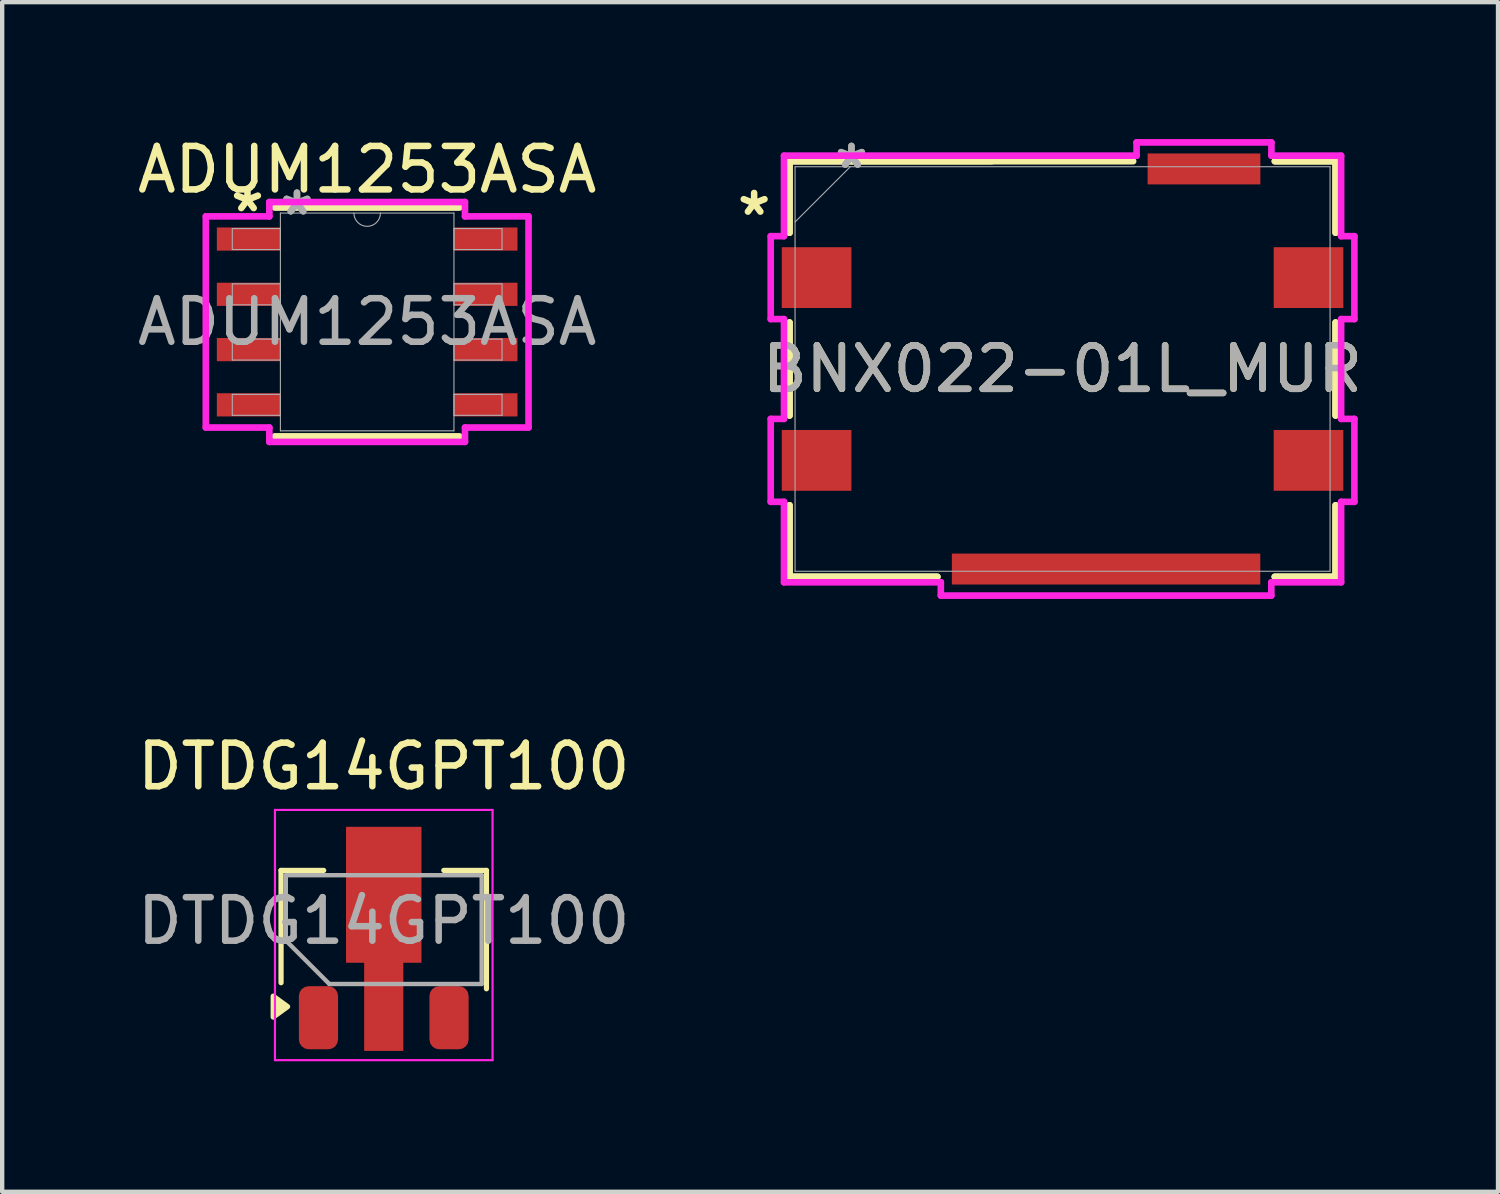
<source format=kicad_pcb>
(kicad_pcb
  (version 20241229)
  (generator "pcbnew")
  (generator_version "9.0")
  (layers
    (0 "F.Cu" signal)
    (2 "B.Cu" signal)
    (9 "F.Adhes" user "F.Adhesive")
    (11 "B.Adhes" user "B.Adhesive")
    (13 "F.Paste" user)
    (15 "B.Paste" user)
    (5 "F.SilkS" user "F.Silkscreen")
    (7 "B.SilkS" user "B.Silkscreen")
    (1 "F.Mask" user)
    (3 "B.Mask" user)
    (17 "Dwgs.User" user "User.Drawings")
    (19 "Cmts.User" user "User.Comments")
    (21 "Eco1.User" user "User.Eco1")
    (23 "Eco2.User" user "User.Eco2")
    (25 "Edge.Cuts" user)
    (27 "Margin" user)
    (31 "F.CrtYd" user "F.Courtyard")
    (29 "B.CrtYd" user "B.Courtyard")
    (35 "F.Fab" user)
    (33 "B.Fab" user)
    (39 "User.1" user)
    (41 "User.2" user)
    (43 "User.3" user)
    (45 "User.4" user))
  (footprint "BNX022-01L_MUR"
    (layer "F.Cu")
    (at 21.366 5.429)
    (property "Reference" "BNX022-01L_MUR" (at 0 0 0) (unlocked yes) (layer "F.SilkS") (effects (font (size 1 1) (thickness 0.15))))
    (attr smd)
    (fp_line (start -6.274 -4.775) (end -6.274 -3.131) (stroke (width 0.152) (type solid)) (layer "F.SilkS"))
    (fp_line (start -6.274 -4.775) (end -6.274 -3.131) (stroke (width 0.152) (type solid)) (layer "F.SilkS"))
    (fp_line (start -6.274 -1.069) (end -6.274 1.069) (stroke (width 0.152) (type solid)) (layer "F.SilkS"))
    (fp_line (start -6.274 -1.069) (end -6.274 1.069) (stroke (width 0.152) (type solid)) (layer "F.SilkS"))
    (fp_line (start -6.274 3.131) (end -6.274 4.775) (stroke (width 0.152) (type solid)) (layer "F.SilkS"))
    (fp_line (start -6.274 3.131) (end -6.274 4.775) (stroke (width 0.152) (type solid)) (layer "F.SilkS"))
    (fp_line (start -6.274 4.775) (end -2.876 4.775) (stroke (width 0.152) (type solid)) (layer "F.SilkS"))
    (fp_line (start -6.274 4.775) (end -2.876 4.775) (stroke (width 0.152) (type solid)) (layer "F.SilkS"))
    (fp_line (start -1.628 -4.775) (end -6.274 -4.775) (stroke (width 0.152) (type solid)) (layer "F.SilkS"))
    (fp_line (start 1.622 -4.775) (end -6.274 -4.775) (stroke (width 0.152) (type solid)) (layer "F.SilkS"))
    (fp_line (start 4.876 4.775) (end 6.274 4.775) (stroke (width 0.152) (type solid)) (layer "F.SilkS"))
    (fp_line (start 4.876 4.775) (end 6.274 4.775) (stroke (width 0.152) (type solid)) (layer "F.SilkS"))
    (fp_line (start 6.274 -4.775) (end 4.878 -4.775) (stroke (width 0.152) (type solid)) (layer "F.SilkS"))
    (fp_line (start 6.274 -4.775) (end 4.878 -4.775) (stroke (width 0.152) (type solid)) (layer "F.SilkS"))
    (fp_line (start 6.274 -3.131) (end 6.274 -4.775) (stroke (width 0.152) (type solid)) (layer "F.SilkS"))
    (fp_line (start 6.274 -3.131) (end 6.274 -4.775) (stroke (width 0.152) (type solid)) (layer "F.SilkS"))
    (fp_line (start 6.274 1.069) (end 6.274 -1.069) (stroke (width 0.152) (type solid)) (layer "F.SilkS"))
    (fp_line (start 6.274 1.069) (end 6.274 -1.069) (stroke (width 0.152) (type solid)) (layer "F.SilkS"))
    (fp_line (start 6.274 4.775) (end 6.274 3.131) (stroke (width 0.152) (type solid)) (layer "F.SilkS"))
    (fp_line (start 6.274 4.775) (end 6.274 3.131) (stroke (width 0.152) (type solid)) (layer "F.SilkS"))
    (fp_line (start -6.706 -3.052) (end -6.706 -1.147) (stroke (width 0.152) (type solid)) (layer "F.CrtYd"))
    (fp_line (start -6.706 -1.147) (end -6.401 -1.147) (stroke (width 0.152) (type solid)) (layer "F.CrtYd"))
    (fp_line (start -6.706 1.147) (end -6.706 3.052) (stroke (width 0.152) (type solid)) (layer "F.CrtYd"))
    (fp_line (start -6.706 3.052) (end -6.401 3.052) (stroke (width 0.152) (type solid)) (layer "F.CrtYd"))
    (fp_line (start -6.401 -4.902) (end -6.401 -3.052) (stroke (width 0.152) (type solid)) (layer "F.CrtYd"))
    (fp_line (start -6.401 -3.052) (end -6.706 -3.052) (stroke (width 0.152) (type solid)) (layer "F.CrtYd"))
    (fp_line (start -6.401 -1.147) (end -6.401 1.147) (stroke (width 0.152) (type solid)) (layer "F.CrtYd"))
    (fp_line (start -6.401 1.147) (end -6.706 1.147) (stroke (width 0.152) (type solid)) (layer "F.CrtYd"))
    (fp_line (start -6.401 3.052) (end -6.401 4.902) (stroke (width 0.152) (type solid)) (layer "F.CrtYd"))
    (fp_line (start -6.401 4.902) (end -2.797 4.902) (stroke (width 0.152) (type solid)) (layer "F.CrtYd"))
    (fp_line (start -2.797 4.902) (end -2.797 5.207) (stroke (width 0.152) (type solid)) (layer "F.CrtYd"))
    (fp_line (start -2.797 5.207) (end 4.797 5.207) (stroke (width 0.152) (type solid)) (layer "F.CrtYd"))
    (fp_line (start 1.701 -5.207) (end 1.701 -4.902) (stroke (width 0.152) (type solid)) (layer "F.CrtYd"))
    (fp_line (start 1.701 -4.902) (end -6.401 -4.902) (stroke (width 0.152) (type solid)) (layer "F.CrtYd"))
    (fp_line (start 4.797 4.902) (end 6.401 4.902) (stroke (width 0.152) (type solid)) (layer "F.CrtYd"))
    (fp_line (start 4.797 5.207) (end 4.797 4.902) (stroke (width 0.152) (type solid)) (layer "F.CrtYd"))
    (fp_line (start 4.799 -5.207) (end 1.701 -5.207) (stroke (width 0.152) (type solid)) (layer "F.CrtYd"))
    (fp_line (start 4.799 -4.902) (end 4.799 -5.207) (stroke (width 0.152) (type solid)) (layer "F.CrtYd"))
    (fp_line (start 6.401 -4.902) (end 4.799 -4.902) (stroke (width 0.152) (type solid)) (layer "F.CrtYd"))
    (fp_line (start 6.401 -3.052) (end 6.401 -4.902) (stroke (width 0.152) (type solid)) (layer "F.CrtYd"))
    (fp_line (start 6.401 -1.147) (end 6.706 -1.147) (stroke (width 0.152) (type solid)) (layer "F.CrtYd"))
    (fp_line (start 6.401 1.147) (end 6.401 -1.147) (stroke (width 0.152) (type solid)) (layer "F.CrtYd"))
    (fp_line (start 6.401 3.052) (end 6.706 3.052) (stroke (width 0.152) (type solid)) (layer "F.CrtYd"))
    (fp_line (start 6.401 4.902) (end 6.401 3.052) (stroke (width 0.152) (type solid)) (layer "F.CrtYd"))
    (fp_line (start 6.706 -3.052) (end 6.401 -3.052) (stroke (width 0.152) (type solid)) (layer "F.CrtYd"))
    (fp_line (start 6.706 -1.147) (end 6.706 -3.052) (stroke (width 0.152) (type solid)) (layer "F.CrtYd"))
    (fp_line (start 6.706 1.147) (end 6.401 1.147) (stroke (width 0.152) (type solid)) (layer "F.CrtYd"))
    (fp_line (start 6.706 3.052) (end 6.706 1.147) (stroke (width 0.152) (type solid)) (layer "F.CrtYd"))
    (fp_line (start -6.147 -4.648) (end -6.147 4.648) (stroke (width 0.025) (type solid)) (layer "F.Fab"))
    (fp_line (start -6.147 -3.378) (end -4.877 -4.648) (stroke (width 0.025) (type solid)) (layer "F.Fab"))
    (fp_line (start -6.147 4.648) (end 6.147 4.648) (stroke (width 0.025) (type solid)) (layer "F.Fab"))
    (fp_line (start 6.147 -4.648) (end -6.147 -4.648) (stroke (width 0.025) (type solid)) (layer "F.Fab"))
    (fp_line (start 6.147 4.648) (end 6.147 -4.648) (stroke (width 0.025) (type solid)) (layer "F.Fab"))
    (fp_text user "*" (at -7.087 -3.5 0) (layer "F.SilkS") (effects (font (size 1 1) (thickness 0.15))))
    (fp_text user "*" (at -4.851 -4.581 0) (layer "F.Fab") (effects (font (size 1 1) (thickness 0.15))))
    (fp_text user "*" (at -4.851 -4.581 0) (unlocked yes) (layer "F.Fab") (effects (font (size 1 1) (thickness 0.15))))
    (fp_text user "${REFERENCE}" (at 0 0 0) (unlocked yes) (layer "F.Fab") (effects (font (size 1 1) (thickness 0.15))))
    (pad "1" smd rect (at -5.652 -2.1 90) (size 1.397 1.6) (layers "F.Cu" "F.Mask" "F.Paste"))
    (pad "2" smd rect (at 5.652 -2.1 90) (size 1.397 1.6) (layers "F.Cu" "F.Mask" "F.Paste"))
    (pad "3" smd rect (at -5.652 2.1 90) (size 1.397 1.6) (layers "F.Cu" "F.Mask" "F.Paste"))
    (pad "4" smd rect (at 5.652 2.1 90) (size 1.397 1.6) (layers "F.Cu" "F.Mask" "F.Paste"))
    (pad "5" smd rect (at 3.25 -4.597) (size 2.591 0.711) (layers "F.Cu" "F.Mask" "F.Paste"))
    (pad "6" smd rect (at 1 4.597) (size 7.087 0.711) (layers "F.Cu" "F.Mask" "F.Paste")))
  (footprint "DTDG14GPT100"
    (layer "F.Cu")
    (at 5.768 18.311)
    (property "Reference" "DTDG14GPT100" (at 0 -3.75 0) (unlocked yes) (layer "F.SilkS") (effects (font (size 1 1) (thickness 0.15))))
    (attr smd)
    (fp_line (start -2.36 1.22) (end -2.36 -1.36) (stroke (width 0.12) (type solid)) (layer "F.SilkS"))
    (fp_line (start -1.38 -1.36) (end -2.36 -1.36) (stroke (width 0.12) (type solid)) (layer "F.SilkS"))
    (fp_line (start 1.38 -1.36) (end 2.36 -1.36) (stroke (width 0.12) (type solid)) (layer "F.SilkS"))
    (fp_line (start 2.36 -1.36) (end 2.36 1.36) (stroke (width 0.12) (type solid)) (layer "F.SilkS"))
    (fp_poly (pts (xy -2.21 1.77) (xy -2.54 2.01) (xy -2.54 1.53) (xy -2.21 1.77)) (stroke (width 0.12) (type solid)) (fill yes) (layer "F.SilkS"))
    (fp_line (start -2.5 -2.75) (end -2.5 3) (stroke (width 0.05) (type solid)) (layer "F.CrtYd"))
    (fp_line (start -2.5 -2.75) (end 2.5 -2.75) (stroke (width 0.05) (type solid)) (layer "F.CrtYd"))
    (fp_line (start 2.5 3) (end -2.5 3) (stroke (width 0.05) (type solid)) (layer "F.CrtYd"))
    (fp_line (start 2.5 3) (end 2.5 -2.75) (stroke (width 0.05) (type solid)) (layer "F.CrtYd"))
    (fp_line (start -2.25 -1.25) (end 2.25 -1.25) (stroke (width 0.1) (type solid)) (layer "F.Fab"))
    (fp_line (start -2.25 0.25) (end -2.25 -1.25) (stroke (width 0.1) (type solid)) (layer "F.Fab"))
    (fp_line (start -1.25 1.25) (end -2.25 0.25) (stroke (width 0.1) (type solid)) (layer "F.Fab"))
    (fp_line (start 2.25 -1.25) (end 2.25 1.25) (stroke (width 0.1) (type solid)) (layer "F.Fab"))
    (fp_line (start 2.25 1.25) (end -1.25 1.25) (stroke (width 0.1) (type solid)) (layer "F.Fab"))
    (fp_text user "${REFERENCE}" (at 0 -0.2 180) (layer "F.Fab") (effects (font (size 1 1) (thickness 0.15))))
    (pad "1" smd roundrect (at -1.5 2.025 90) (size 1.45 0.9) (layers "F.Cu" "F.Mask" "F.Paste") (roundrect_rratio 0.25))
    (pad "2" smd custom (at 0 1.5 90) (size 2.575 0.9) (layers "F.Cu" "F.Mask" "F.Paste") (options (anchor rect)) (primitives (gr_poly (pts (xy 3.862 0.867) (xy 0.738 0.867) (xy 0.738 -0.867) (xy 3.862 -0.867)) (width 0) (fill yes))))
    (pad "3" smd roundrect (at 1.5 2.025 90) (size 1.45 0.9) (layers "F.Cu" "F.Mask" "F.Paste") (roundrect_rratio 0.25)))
  (footprint "ADUM1253ASA"
    (layer "F.Cu")
    (at 5.387 4.348)
    (property "Reference" "ADUM1253ASA" (at 0 -3.5 0) (unlocked yes) (layer "F.SilkS") (effects (font (size 1 1) (thickness 0.15))))
    (attr smd)
    (fp_line (start -2.121 2.629) (end 2.121 2.629) (stroke (width 0.152) (type solid)) (layer "F.SilkS"))
    (fp_line (start 2.121 -2.629) (end -2.121 -2.629) (stroke (width 0.152) (type solid)) (layer "F.SilkS"))
    (fp_line (start -3.708 -2.426) (end -2.248 -2.426) (stroke (width 0.152) (type solid)) (layer "F.CrtYd"))
    (fp_line (start -3.708 2.426) (end -3.708 -2.426) (stroke (width 0.152) (type solid)) (layer "F.CrtYd"))
    (fp_line (start -3.708 2.426) (end -2.248 2.426) (stroke (width 0.152) (type solid)) (layer "F.CrtYd"))
    (fp_line (start -2.248 -2.756) (end 2.248 -2.756) (stroke (width 0.152) (type solid)) (layer "F.CrtYd"))
    (fp_line (start -2.248 -2.426) (end -2.248 -2.756) (stroke (width 0.152) (type solid)) (layer "F.CrtYd"))
    (fp_line (start -2.248 2.756) (end -2.248 2.426) (stroke (width 0.152) (type solid)) (layer "F.CrtYd"))
    (fp_line (start 2.248 -2.756) (end 2.248 -2.426) (stroke (width 0.152) (type solid)) (layer "F.CrtYd"))
    (fp_line (start 2.248 2.426) (end 2.248 2.756) (stroke (width 0.152) (type solid)) (layer "F.CrtYd"))
    (fp_line (start 2.248 2.756) (end -2.248 2.756) (stroke (width 0.152) (type solid)) (layer "F.CrtYd"))
    (fp_line (start 3.708 -2.426) (end 2.248 -2.426) (stroke (width 0.152) (type solid)) (layer "F.CrtYd"))
    (fp_line (start 3.708 -2.426) (end 3.708 2.426) (stroke (width 0.152) (type solid)) (layer "F.CrtYd"))
    (fp_line (start 3.708 2.426) (end 2.248 2.426) (stroke (width 0.152) (type solid)) (layer "F.CrtYd"))
    (fp_line (start -3.099 -2.146) (end -3.099 -1.664) (stroke (width 0.025) (type solid)) (layer "F.Fab"))
    (fp_line (start -3.099 -1.664) (end -1.994 -1.664) (stroke (width 0.025) (type solid)) (layer "F.Fab"))
    (fp_line (start -3.099 -0.876) (end -3.099 -0.394) (stroke (width 0.025) (type solid)) (layer "F.Fab"))
    (fp_line (start -3.099 -0.394) (end -1.994 -0.394) (stroke (width 0.025) (type solid)) (layer "F.Fab"))
    (fp_line (start -3.099 0.394) (end -3.099 0.876) (stroke (width 0.025) (type solid)) (layer "F.Fab"))
    (fp_line (start -3.099 0.876) (end -1.994 0.876) (stroke (width 0.025) (type solid)) (layer "F.Fab"))
    (fp_line (start -3.099 1.664) (end -3.099 2.146) (stroke (width 0.025) (type solid)) (layer "F.Fab"))
    (fp_line (start -3.099 2.146) (end -1.994 2.146) (stroke (width 0.025) (type solid)) (layer "F.Fab"))
    (fp_line (start -1.994 -2.502) (end -1.994 2.502) (stroke (width 0.025) (type solid)) (layer "F.Fab"))
    (fp_line (start -1.994 -2.146) (end -3.099 -2.146) (stroke (width 0.025) (type solid)) (layer "F.Fab"))
    (fp_line (start -1.994 -1.664) (end -1.994 -2.146) (stroke (width 0.025) (type solid)) (layer "F.Fab"))
    (fp_line (start -1.994 -0.876) (end -3.099 -0.876) (stroke (width 0.025) (type solid)) (layer "F.Fab"))
    (fp_line (start -1.994 -0.394) (end -1.994 -0.876) (stroke (width 0.025) (type solid)) (layer "F.Fab"))
    (fp_line (start -1.994 0.394) (end -3.099 0.394) (stroke (width 0.025) (type solid)) (layer "F.Fab"))
    (fp_line (start -1.994 0.876) (end -1.994 0.394) (stroke (width 0.025) (type solid)) (layer "F.Fab"))
    (fp_line (start -1.994 1.664) (end -3.099 1.664) (stroke (width 0.025) (type solid)) (layer "F.Fab"))
    (fp_line (start -1.994 2.146) (end -1.994 1.664) (stroke (width 0.025) (type solid)) (layer "F.Fab"))
    (fp_line (start -1.994 2.502) (end 1.994 2.502) (stroke (width 0.025) (type solid)) (layer "F.Fab"))
    (fp_line (start 1.994 -2.502) (end -1.994 -2.502) (stroke (width 0.025) (type solid)) (layer "F.Fab"))
    (fp_line (start 1.994 -2.146) (end 1.994 -1.664) (stroke (width 0.025) (type solid)) (layer "F.Fab"))
    (fp_line (start 1.994 -1.664) (end 3.099 -1.664) (stroke (width 0.025) (type solid)) (layer "F.Fab"))
    (fp_line (start 1.994 -0.876) (end 1.994 -0.394) (stroke (width 0.025) (type solid)) (layer "F.Fab"))
    (fp_line (start 1.994 -0.394) (end 3.099 -0.394) (stroke (width 0.025) (type solid)) (layer "F.Fab"))
    (fp_line (start 1.994 0.394) (end 1.994 0.876) (stroke (width 0.025) (type solid)) (layer "F.Fab"))
    (fp_line (start 1.994 0.876) (end 3.099 0.876) (stroke (width 0.025) (type solid)) (layer "F.Fab"))
    (fp_line (start 1.994 1.664) (end 1.994 2.146) (stroke (width 0.025) (type solid)) (layer "F.Fab"))
    (fp_line (start 1.994 2.146) (end 3.099 2.146) (stroke (width 0.025) (type solid)) (layer "F.Fab"))
    (fp_line (start 1.994 2.502) (end 1.994 -2.502) (stroke (width 0.025) (type solid)) (layer "F.Fab"))
    (fp_line (start 3.099 -2.146) (end 1.994 -2.146) (stroke (width 0.025) (type solid)) (layer "F.Fab"))
    (fp_line (start 3.099 -1.664) (end 3.099 -2.146) (stroke (width 0.025) (type solid)) (layer "F.Fab"))
    (fp_line (start 3.099 -0.876) (end 1.994 -0.876) (stroke (width 0.025) (type solid)) (layer "F.Fab"))
    (fp_line (start 3.099 -0.394) (end 3.099 -0.876) (stroke (width 0.025) (type solid)) (layer "F.Fab"))
    (fp_line (start 3.099 0.394) (end 1.994 0.394) (stroke (width 0.025) (type solid)) (layer "F.Fab"))
    (fp_line (start 3.099 0.876) (end 3.099 0.394) (stroke (width 0.025) (type solid)) (layer "F.Fab"))
    (fp_line (start 3.099 1.664) (end 1.994 1.664) (stroke (width 0.025) (type solid)) (layer "F.Fab"))
    (fp_line (start 3.099 2.146) (end 3.099 1.664) (stroke (width 0.025) (type solid)) (layer "F.Fab"))
    (fp_arc (start 0.3048 -2.5019) (mid 0 -2.1971) (end -0.3048 -2.5019) (stroke (width 0.0254) (type solid)) (layer "F.Fab"))
    (fp_text user "*" (at -2.75 -2.5 0) (layer "F.SilkS") (effects (font (size 1 1) (thickness 0.15))))
    (fp_text user "*" (at -1.613 -2.426 0) (unlocked yes) (layer "F.Fab") (effects (font (size 1 1) (thickness 0.15))))
    (fp_text user "*" (at -1.613 -2.426 0) (layer "F.Fab") (effects (font (size 1 1) (thickness 0.15))))
    (fp_text user "${REFERENCE}" (at 0 0 0) (unlocked yes) (layer "F.Fab") (effects (font (size 1 1) (thickness 0.15))))
    (pad "1" smd rect (at -2.724 -1.905) (size 1.46 0.533) (layers "F.Cu" "F.Mask" "F.Paste"))
    (pad "2" smd rect (at -2.724 -0.635) (size 1.46 0.533) (layers "F.Cu" "F.Mask" "F.Paste"))
    (pad "3" smd rect (at -2.724 0.635) (size 1.46 0.533) (layers "F.Cu" "F.Mask" "F.Paste"))
    (pad "4" smd rect (at -2.724 1.905) (size 1.46 0.533) (layers "F.Cu" "F.Mask" "F.Paste"))
    (pad "5" smd rect (at 2.724 1.905) (size 1.46 0.533) (layers "F.Cu" "F.Mask" "F.Paste"))
    (pad "6" smd rect (at 2.724 0.635) (size 1.46 0.533) (layers "F.Cu" "F.Mask" "F.Paste"))
    (pad "7" smd rect (at 2.724 -0.635) (size 1.46 0.533) (layers "F.Cu" "F.Mask" "F.Paste"))
    (pad "8" smd rect (at 2.724 -1.905) (size 1.46 0.533) (layers "F.Cu" "F.Mask" "F.Paste")))
  (gr_rect
    (start -3 -3)
    (end 31.372 24.336)
    (stroke (width 0.1) (type default))
    (fill no)
    (layer "Edge.Cuts")))
</source>
